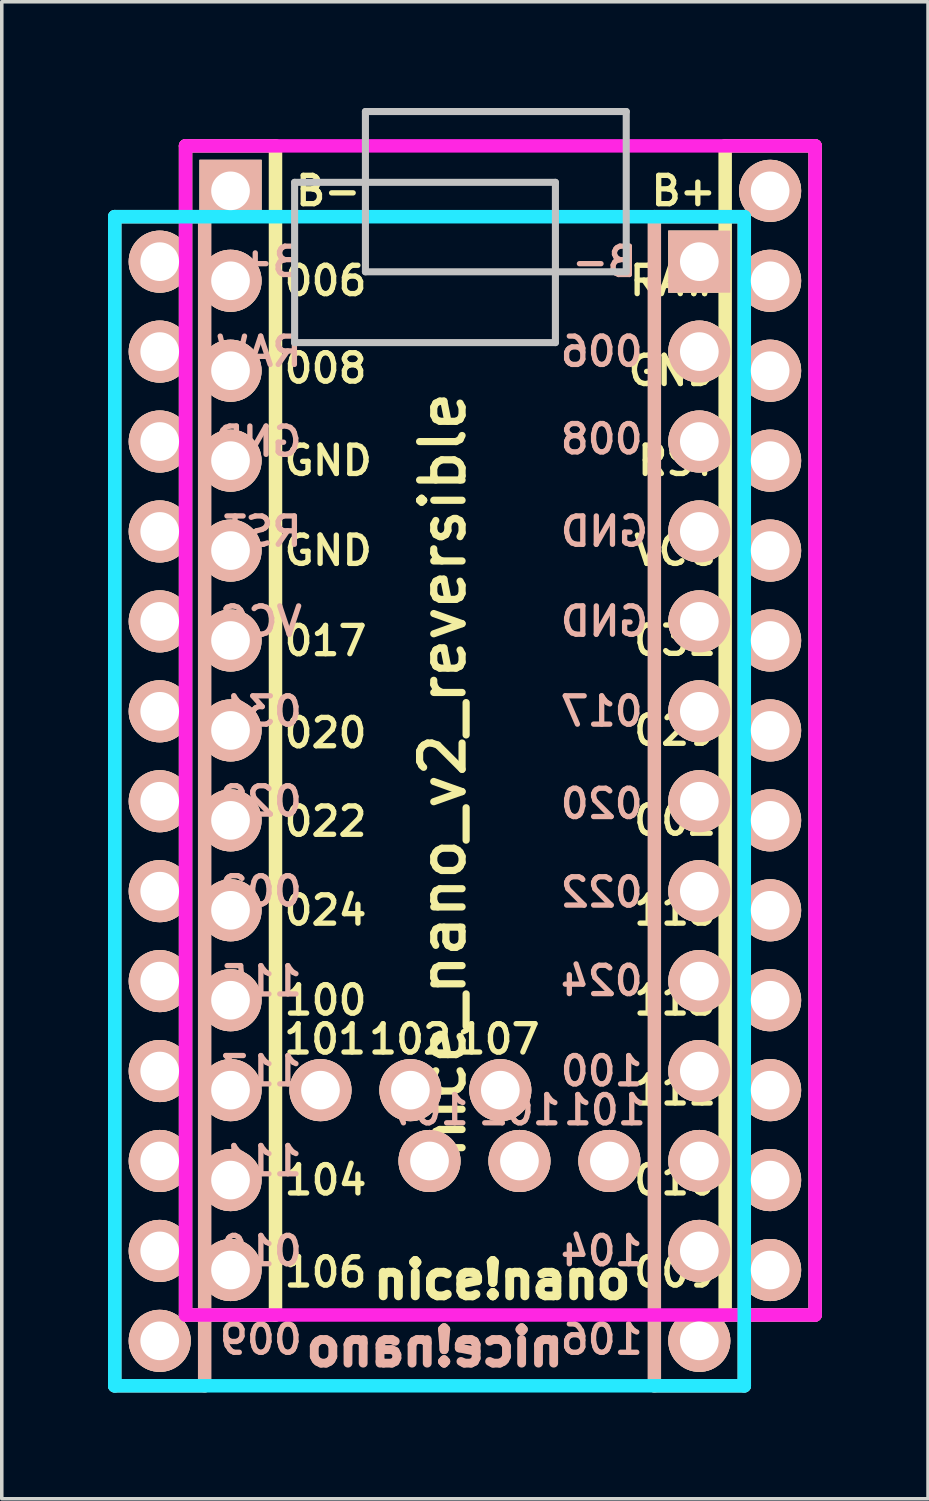
<source format=kicad_pcb>
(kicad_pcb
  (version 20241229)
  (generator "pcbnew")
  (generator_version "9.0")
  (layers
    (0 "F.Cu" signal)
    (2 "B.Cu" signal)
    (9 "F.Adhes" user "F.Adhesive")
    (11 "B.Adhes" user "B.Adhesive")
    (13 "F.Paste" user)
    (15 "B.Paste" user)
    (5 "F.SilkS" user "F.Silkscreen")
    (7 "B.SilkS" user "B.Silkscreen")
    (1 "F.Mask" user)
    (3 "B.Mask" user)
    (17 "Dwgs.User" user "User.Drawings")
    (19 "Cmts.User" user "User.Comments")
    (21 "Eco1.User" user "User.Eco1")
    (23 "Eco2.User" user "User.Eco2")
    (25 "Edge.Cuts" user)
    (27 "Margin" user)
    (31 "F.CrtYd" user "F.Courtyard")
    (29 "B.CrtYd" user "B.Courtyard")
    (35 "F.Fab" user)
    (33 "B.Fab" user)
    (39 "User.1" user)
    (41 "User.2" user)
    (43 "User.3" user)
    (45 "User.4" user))
  (footprint "nice_nano_v2_reversible"
    (layer "F.Cu")
    (at 10.931 19)
    (property "Reference" "nice_nano_v2_reversible" (at -1.475 -0.15 270) (layer "F.SilkS") (effects (font (size 1.2 1.2) (thickness 0.203))))
    (attr through_hole)
    (fp_line (start -8.74 -17.93) (end -8.74 15.09) (stroke (width 0.381) (type solid)) (layer "F.SilkS"))
    (fp_line (start -8.74 15.09) (end -6.2 15.09) (stroke (width 0.381) (type solid)) (layer "F.SilkS"))
    (fp_line (start -6.2 -17.93) (end -8.74 -17.93) (stroke (width 0.381) (type solid)) (layer "F.SilkS"))
    (fp_line (start -6.2 -17.93) (end -6.2 15.09) (stroke (width 0.381) (type solid)) (layer "F.SilkS"))
    (fp_line (start 6.5 15.09) (end 6.5 -17.93) (stroke (width 0.381) (type solid)) (layer "F.SilkS"))
    (fp_line (start 6.5 15.09) (end 9.04 15.09) (stroke (width 0.381) (type solid)) (layer "F.SilkS"))
    (fp_line (start 9.04 -17.93) (end 6.5 -17.93) (stroke (width 0.381) (type solid)) (layer "F.SilkS"))
    (fp_line (start 9.04 15.09) (end 9.04 -17.93) (stroke (width 0.381) (type solid)) (layer "F.SilkS"))
    (fp_line (start -10.74 -15.93) (end -10.74 17.09) (stroke (width 0.381) (type solid)) (layer "B.SilkS"))
    (fp_line (start -10.74 17.09) (end -8.2 17.09) (stroke (width 0.381) (type solid)) (layer "B.SilkS"))
    (fp_line (start -8.2 -15.93) (end -10.74 -15.93) (stroke (width 0.381) (type solid)) (layer "B.SilkS"))
    (fp_line (start -8.2 -15.93) (end -8.2 17.09) (stroke (width 0.381) (type solid)) (layer "B.SilkS"))
    (fp_line (start 4.5 17.09) (end 4.5 -15.93) (stroke (width 0.381) (type solid)) (layer "B.SilkS"))
    (fp_line (start 4.5 17.09) (end 7.04 17.09) (stroke (width 0.381) (type solid)) (layer "B.SilkS"))
    (fp_line (start 7.04 -15.93) (end 4.5 -15.93) (stroke (width 0.381) (type solid)) (layer "B.SilkS"))
    (fp_line (start 7.04 17.09) (end 7.04 -15.93) (stroke (width 0.381) (type solid)) (layer "B.SilkS"))
    (fp_line (start -5.66 -16.9) (end 1.706 -16.9) (stroke (width 0.2) (type solid)) (layer "Dwgs.User"))
    (fp_line (start -5.66 -12.374) (end -5.66 -16.9) (stroke (width 0.2) (type solid)) (layer "Dwgs.User"))
    (fp_line (start -3.66 -18.9) (end 3.706 -18.9) (stroke (width 0.2) (type solid)) (layer "Dwgs.User"))
    (fp_line (start -3.66 -14.374) (end -3.66 -18.9) (stroke (width 0.2) (type solid)) (layer "Dwgs.User"))
    (fp_line (start 1.706 -16.9) (end 1.706 -12.374) (stroke (width 0.2) (type solid)) (layer "Dwgs.User"))
    (fp_line (start 1.706 -12.374) (end -5.66 -12.374) (stroke (width 0.2) (type solid)) (layer "Dwgs.User"))
    (fp_line (start 3.706 -18.9) (end 3.706 -14.374) (stroke (width 0.2) (type solid)) (layer "Dwgs.User"))
    (fp_line (start 3.706 -14.374) (end -3.66 -14.374) (stroke (width 0.2) (type solid)) (layer "Dwgs.User"))
    (fp_line (start -10.74 -15.93) (end -10.74 17.09) (stroke (width 0.381) (type solid)) (layer "B.CrtYd"))
    (fp_line (start -10.74 17.09) (end 7.04 17.09) (stroke (width 0.381) (type solid)) (layer "B.CrtYd"))
    (fp_line (start 7.04 -15.93) (end -10.74 -15.93) (stroke (width 0.381) (type solid)) (layer "B.CrtYd"))
    (fp_line (start 7.04 17.09) (end 7.04 -15.93) (stroke (width 0.381) (type solid)) (layer "B.CrtYd"))
    (fp_line (start -8.74 -17.93) (end -8.74 15.09) (stroke (width 0.381) (type solid)) (layer "F.CrtYd"))
    (fp_line (start -8.74 15.09) (end 9.04 15.09) (stroke (width 0.381) (type solid)) (layer "F.CrtYd"))
    (fp_line (start 9.04 -17.93) (end -8.74 -17.93) (stroke (width 0.381) (type solid)) (layer "F.CrtYd"))
    (fp_line (start 9.04 15.09) (end 9.04 -17.93) (stroke (width 0.381) (type solid)) (layer "F.CrtYd"))
    (fp_text user "115" (at 5.087 3.66 0) (layer "F.SilkS") (effects (font (size 0.8 0.8) (thickness 0.15))))
    (fp_text user "VCC" (at 5.087 -6.5 0) (layer "F.SilkS") (effects (font (size 0.8 0.8) (thickness 0.15))))
    (fp_text user "RAW" (at 5.024 -14.12 0) (layer "F.SilkS") (effects (font (size 0.8 0.8) (thickness 0.15))))
    (fp_text user "017" (at -4.787 -3.95 0) (layer "F.SilkS") (effects (font (size 0.8 0.8) (thickness 0.15))))
    (fp_text user "020" (at -4.787 -1.35 0) (layer "F.SilkS") (effects (font (size 0.8 0.8) (thickness 0.15))))
    (fp_text user "nice!nano" (at 0.2 14.1 0) (layer "F.SilkS") (effects (font (size 1 1) (thickness 0.25))))
    (fp_text user "002" (at 5.087 1.12 0) (layer "F.SilkS") (effects (font (size 0.8 0.8) (thickness 0.15))))
    (fp_text user "GND" (at 5.005 -11.58 0) (layer "F.SilkS") (effects (font (size 0.8 0.8) (thickness 0.15))))
    (fp_text user "100" (at -4.787 6.2 0) (layer "F.SilkS") (effects (font (size 0.8 0.8) (thickness 0.15))))
    (fp_text user "104" (at -4.787 11.28 0) (layer "F.SilkS") (effects (font (size 0.8 0.8) (thickness 0.15))))
    (fp_text user "GND" (at -4.711 -9.04 0) (layer "F.SilkS") (effects (font (size 0.8 0.8) (thickness 0.15))))
    (fp_text user "RST" (at 5.138 -9.04 0) (layer "F.SilkS") (effects (font (size 0.8 0.8) (thickness 0.15))))
    (fp_text user "B+" (at 5.328 -16.66 0) (layer "F.SilkS") (effects (font (size 0.8 0.8) (thickness 0.15))))
    (fp_text user "029" (at 5.087 -1.42 0) (layer "F.SilkS") (effects (font (size 0.8 0.8) (thickness 0.15))))
    (fp_text user "GND" (at -4.711 -6.5 0) (layer "F.SilkS") (effects (font (size 0.8 0.8) (thickness 0.15))))
    (fp_text user "024" (at -4.787 3.66 0) (layer "F.SilkS") (effects (font (size 0.8 0.8) (thickness 0.15))))
    (fp_text user "031" (at 5.087 -3.96 0) (layer "F.SilkS") (effects (font (size 0.8 0.8) (thickness 0.15))))
    (fp_text user "B-" (at -4.711 -16.66 0) (layer "F.SilkS") (effects (font (size 0.8 0.8) (thickness 0.15))))
    (fp_text user "008" (at -4.787 -11.65 0) (layer "F.SilkS") (effects (font (size 0.8 0.8) (thickness 0.15))))
    (fp_text user "006" (at -4.787 -14.12 0) (layer "F.SilkS") (effects (font (size 0.8 0.8) (thickness 0.15))))
    (fp_text user "111" (at 5.087 8.74 0) (layer "F.SilkS") (effects (font (size 0.8 0.8) (thickness 0.15))))
    (fp_text user "102" (at -2.4 7.3 0) (layer "F.SilkS") (effects (font (size 0.8 0.8) (thickness 0.15))))
    (fp_text user "010" (at 5.087 11.28 0) (layer "F.SilkS") (effects (font (size 0.8 0.8) (thickness 0.15))))
    (fp_text user "107" (at 0.1 7.3 0) (layer "F.SilkS") (effects (font (size 0.8 0.8) (thickness 0.15))))
    (fp_text user "101" (at -4.8 7.3 0) (layer "F.SilkS") (effects (font (size 0.8 0.8) (thickness 0.15))))
    (fp_text user "113" (at 5.087 6.2 0) (layer "F.SilkS") (effects (font (size 0.8 0.8) (thickness 0.15))))
    (fp_text user "106" (at -4.787 13.88 0) (layer "F.SilkS") (effects (font (size 0.8 0.8) (thickness 0.15))))
    (fp_text user "022" (at -4.787 1.15 0) (layer "F.SilkS") (effects (font (size 0.8 0.8) (thickness 0.15))))
    (fp_text user "009" (at 5.087 13.88 0) (layer "F.SilkS") (effects (font (size 0.8 0.8) (thickness 0.15))))
    (fp_text user "006" (at 3.013 -12.12 0) (layer "B.SilkS") (effects (font (size 0.8 0.8) (thickness 0.15)) (justify mirror)))
    (fp_text user "RST" (at -6.562 -7.04 0) (layer "B.SilkS") (effects (font (size 0.8 0.8) (thickness 0.15)) (justify mirror)))
    (fp_text user "VCC" (at -6.613 -4.5 0) (layer "B.SilkS") (effects (font (size 0.8 0.8) (thickness 0.15)) (justify mirror)))
    (fp_text user "022" (at 3.013 3.15 0) (layer "B.SilkS") (effects (font (size 0.8 0.8) (thickness 0.15)) (justify mirror)))
    (fp_text user "107" (at -1.9 9.3 0) (layer "B.SilkS") (effects (font (size 0.8 0.8) (thickness 0.15)) (justify mirror)))
    (fp_text user "115" (at -6.613 5.66 0) (layer "B.SilkS") (effects (font (size 0.8 0.8) (thickness 0.15)) (justify mirror)))
    (fp_text user "RAW" (at -6.676 -12.12 0) (layer "B.SilkS") (effects (font (size 0.8 0.8) (thickness 0.15)) (justify mirror)))
    (fp_text user "GND" (at 3.089 -7.04 0) (layer "B.SilkS") (effects (font (size 0.8 0.8) (thickness 0.15)) (justify mirror)))
    (fp_text user "nice!nano" (at -1.7 16 0) (layer "B.SilkS") (effects (font (size 1 1) (thickness 0.25)) (justify mirror)))
    (fp_text user "020" (at 3.013 0.65 0) (layer "B.SilkS") (effects (font (size 0.8 0.8) (thickness 0.15)) (justify mirror)))
    (fp_text user "031" (at -6.613 -1.96 0) (layer "B.SilkS") (effects (font (size 0.8 0.8) (thickness 0.15)) (justify mirror)))
    (fp_text user "B-" (at 3.089 -14.66 0) (layer "B.SilkS") (effects (font (size 0.8 0.8) (thickness 0.15)) (justify mirror)))
    (fp_text user "GND" (at 3.089 -4.5 0) (layer "B.SilkS") (effects (font (size 0.8 0.8) (thickness 0.15)) (justify mirror)))
    (fp_text user "024" (at 3.013 5.65 0) (layer "B.SilkS") (effects (font (size 0.8 0.8) (thickness 0.15)) (justify mirror)))
    (fp_text user "010" (at -6.613 13.28 0) (layer "B.SilkS") (effects (font (size 0.8 0.8) (thickness 0.15)) (justify mirror)))
    (fp_text user "101" (at 3.1 9.3 0) (layer "B.SilkS") (effects (font (size 0.8 0.8) (thickness 0.15)) (justify mirror)))
    (fp_text user "106" (at 3.013 15.78 0) (layer "B.SilkS") (effects (font (size 0.8 0.8) (thickness 0.15)) (justify mirror)))
    (fp_text user "113" (at -6.613 8.2 0) (layer "B.SilkS") (effects (font (size 0.8 0.8) (thickness 0.15)) (justify mirror)))
    (fp_text user "100" (at 3.013 8.2 0) (layer "B.SilkS") (effects (font (size 0.8 0.8) (thickness 0.15)) (justify mirror)))
    (fp_text user "111" (at -6.613 10.74 0) (layer "B.SilkS") (effects (font (size 0.8 0.8) (thickness 0.15)) (justify mirror)))
    (fp_text user "009" (at -6.613 15.78 0) (layer "B.SilkS") (effects (font (size 0.8 0.8) (thickness 0.15)) (justify mirror)))
    (fp_text user "002" (at -6.613 3.12 0) (layer "B.SilkS") (effects (font (size 0.8 0.8) (thickness 0.15)) (justify mirror)))
    (fp_text user "GND" (at -6.695 -9.58 0) (layer "B.SilkS") (effects (font (size 0.8 0.8) (thickness 0.15)) (justify mirror)))
    (fp_text user "102" (at 0.7 9.3 0) (layer "B.SilkS") (effects (font (size 0.8 0.8) (thickness 0.15)) (justify mirror)))
    (fp_text user "029" (at -6.613 0.58 0) (layer "B.SilkS") (effects (font (size 0.8 0.8) (thickness 0.15)) (justify mirror)))
    (fp_text user "008" (at 3.013 -9.65 0) (layer "B.SilkS") (effects (font (size 0.8 0.8) (thickness 0.15)) (justify mirror)))
    (fp_text user "104" (at 3.013 13.28 0) (layer "B.SilkS") (effects (font (size 0.8 0.8) (thickness 0.15)) (justify mirror)))
    (fp_text user "B+" (at -6.372 -14.66 0) (layer "B.SilkS") (effects (font (size 0.8 0.8) (thickness 0.15)) (justify mirror)))
    (fp_text user "017" (at 3.013 -1.96 0) (layer "B.SilkS") (effects (font (size 0.8 0.8) (thickness 0.15)) (justify mirror)))
    (pad "1" thru_hole rect (at -7.47 -16.66 270) (size 1.753 1.753) (drill 1.092) (layers "*.Cu" "*.SilkS" "*.Mask"))
    (pad "1" thru_hole rect (at 5.77 -14.66 270) (size 1.753 1.753) (drill 1.092) (layers "*.Cu" "*.SilkS" "*.Mask"))
    (pad "2" thru_hole circle (at -7.47 -14.12 270) (size 1.753 1.753) (drill 1.092) (layers "*.Cu" "*.SilkS" "*.Mask"))
    (pad "2" thru_hole circle (at 5.77 -12.12 270) (size 1.753 1.753) (drill 1.092) (layers "*.Cu" "*.SilkS" "*.Mask"))
    (pad "3" thru_hole circle (at -7.47 -11.58 270) (size 1.753 1.753) (drill 1.092) (layers "*.Cu" "*.SilkS" "*.Mask"))
    (pad "3" thru_hole circle (at 5.77 -9.58 270) (size 1.753 1.753) (drill 1.092) (layers "*.Cu" "*.SilkS" "*.Mask"))
    (pad "4" thru_hole circle (at -7.47 -9.04 270) (size 1.753 1.753) (drill 1.092) (layers "*.Cu" "*.SilkS" "*.Mask"))
    (pad "4" thru_hole circle (at 5.77 -7.04 270) (size 1.753 1.753) (drill 1.092) (layers "*.Cu" "*.SilkS" "*.Mask"))
    (pad "5" thru_hole circle (at -7.47 -6.5 270) (size 1.753 1.753) (drill 1.092) (layers "*.Cu" "*.SilkS" "*.Mask"))
    (pad "5" thru_hole circle (at 5.77 -4.5 270) (size 1.753 1.753) (drill 1.092) (layers "*.Cu" "*.SilkS" "*.Mask"))
    (pad "6" thru_hole circle (at -7.47 -3.96 270) (size 1.753 1.753) (drill 1.092) (layers "*.Cu" "*.SilkS" "*.Mask"))
    (pad "6" thru_hole circle (at 5.77 -1.96 270) (size 1.753 1.753) (drill 1.092) (layers "*.Cu" "*.SilkS" "*.Mask"))
    (pad "7" thru_hole circle (at -7.47 -1.42 270) (size 1.753 1.753) (drill 1.092) (layers "*.Cu" "*.SilkS" "*.Mask"))
    (pad "7" thru_hole circle (at 5.77 0.58 270) (size 1.753 1.753) (drill 1.092) (layers "*.Cu" "*.SilkS" "*.Mask"))
    (pad "8" thru_hole circle (at -7.47 1.12 270) (size 1.753 1.753) (drill 1.092) (layers "*.Cu" "*.SilkS" "*.Mask"))
    (pad "8" thru_hole circle (at 5.77 3.12 270) (size 1.753 1.753) (drill 1.092) (layers "*.Cu" "*.SilkS" "*.Mask"))
    (pad "9" thru_hole circle (at -7.47 3.66 270) (size 1.753 1.753) (drill 1.092) (layers "*.Cu" "*.SilkS" "*.Mask"))
    (pad "9" thru_hole circle (at 5.77 5.66 270) (size 1.753 1.753) (drill 1.092) (layers "*.Cu" "*.SilkS" "*.Mask"))
    (pad "10" thru_hole circle (at -7.47 6.2 270) (size 1.753 1.753) (drill 1.092) (layers "*.Cu" "*.SilkS" "*.Mask"))
    (pad "10" thru_hole circle (at 5.77 8.2 270) (size 1.753 1.753) (drill 1.092) (layers "*.Cu" "*.SilkS" "*.Mask"))
    (pad "11" thru_hole circle (at -7.47 8.74 270) (size 1.753 1.753) (drill 1.092) (layers "*.Cu" "*.SilkS" "*.Mask"))
    (pad "11" thru_hole circle (at 5.77 10.74 270) (size 1.753 1.753) (drill 1.092) (layers "*.Cu" "*.SilkS" "*.Mask"))
    (pad "12" thru_hole circle (at -7.47 11.28 270) (size 1.753 1.753) (drill 1.092) (layers "*.Cu" "*.SilkS" "*.Mask"))
    (pad "12" thru_hole circle (at 5.77 13.28 270) (size 1.753 1.753) (drill 1.092) (layers "*.Cu" "*.SilkS" "*.Mask"))
    (pad "13" thru_hole circle (at -7.47 13.82 270) (size 1.753 1.753) (drill 1.092) (layers "*.Cu" "*.SilkS" "*.Mask"))
    (pad "13" thru_hole circle (at 5.77 15.82 270) (size 1.753 1.753) (drill 1.092) (layers "*.Cu" "*.SilkS" "*.Mask"))
    (pad "14" thru_hole circle (at -9.47 -14.66 270) (size 1.753 1.753) (drill 1.092) (layers "*.Cu" "*.SilkS" "*.Mask"))
    (pad "14" thru_hole circle (at 7.77 -16.66 270) (size 1.753 1.753) (drill 1.092) (layers "*.Cu" "*.SilkS" "*.Mask"))
    (pad "15" thru_hole circle (at -9.47 -12.12 270) (size 1.753 1.753) (drill 1.092) (layers "*.Cu" "*.SilkS" "*.Mask"))
    (pad "15" thru_hole circle (at 7.77 -14.12 270) (size 1.753 1.753) (drill 1.092) (layers "*.Cu" "*.SilkS" "*.Mask"))
    (pad "16" thru_hole circle (at -9.47 -9.58 270) (size 1.753 1.753) (drill 1.092) (layers "*.Cu" "*.SilkS" "*.Mask"))
    (pad "16" thru_hole circle (at 7.77 -11.58 270) (size 1.753 1.753) (drill 1.092) (layers "*.Cu" "*.SilkS" "*.Mask"))
    (pad "17" thru_hole circle (at -9.47 -7.04 270) (size 1.753 1.753) (drill 1.092) (layers "*.Cu" "*.SilkS" "*.Mask"))
    (pad "17" thru_hole circle (at 7.77 -9.04 270) (size 1.753 1.753) (drill 1.092) (layers "*.Cu" "*.SilkS" "*.Mask"))
    (pad "18" thru_hole circle (at -9.47 -4.5 270) (size 1.753 1.753) (drill 1.092) (layers "*.Cu" "*.SilkS" "*.Mask"))
    (pad "18" thru_hole circle (at 7.77 -6.5 270) (size 1.753 1.753) (drill 1.092) (layers "*.Cu" "*.SilkS" "*.Mask"))
    (pad "19" thru_hole circle (at -9.47 -1.96 270) (size 1.753 1.753) (drill 1.092) (layers "*.Cu" "*.SilkS" "*.Mask"))
    (pad "19" thru_hole circle (at 7.77 -3.96 270) (size 1.753 1.753) (drill 1.092) (layers "*.Cu" "*.SilkS" "*.Mask"))
    (pad "20" thru_hole circle (at -9.47 0.58 270) (size 1.753 1.753) (drill 1.092) (layers "*.Cu" "*.SilkS" "*.Mask"))
    (pad "20" thru_hole circle (at 7.77 -1.42 270) (size 1.753 1.753) (drill 1.092) (layers "*.Cu" "*.SilkS" "*.Mask"))
    (pad "21" thru_hole circle (at -9.47 3.12 270) (size 1.753 1.753) (drill 1.092) (layers "*.Cu" "*.SilkS" "*.Mask"))
    (pad "21" thru_hole circle (at 7.77 1.12 270) (size 1.753 1.753) (drill 1.092) (layers "*.Cu" "*.SilkS" "*.Mask"))
    (pad "22" thru_hole circle (at -9.47 5.66 270) (size 1.753 1.753) (drill 1.092) (layers "*.Cu" "*.SilkS" "*.Mask"))
    (pad "22" thru_hole circle (at 7.77 3.66 270) (size 1.753 1.753) (drill 1.092) (layers "*.Cu" "*.SilkS" "*.Mask"))
    (pad "23" thru_hole circle (at -9.47 8.2 270) (size 1.753 1.753) (drill 1.092) (layers "*.Cu" "*.SilkS" "*.Mask"))
    (pad "23" thru_hole circle (at 7.77 6.2 270) (size 1.753 1.753) (drill 1.092) (layers "*.Cu" "*.SilkS" "*.Mask"))
    (pad "24" thru_hole circle (at -9.47 10.74 270) (size 1.753 1.753) (drill 1.092) (layers "*.Cu" "*.SilkS" "*.Mask"))
    (pad "24" thru_hole circle (at 7.77 8.74 270) (size 1.753 1.753) (drill 1.092) (layers "*.Cu" "*.SilkS" "*.Mask"))
    (pad "25" thru_hole circle (at -9.47 13.28 270) (size 1.753 1.753) (drill 1.092) (layers "*.Cu" "*.SilkS" "*.Mask"))
    (pad "25" thru_hole circle (at 7.77 11.28 270) (size 1.753 1.753) (drill 1.092) (layers "*.Cu" "*.SilkS" "*.Mask"))
    (pad "26" thru_hole circle (at -9.47 15.82 270) (size 1.753 1.753) (drill 1.092) (layers "*.Cu" "*.SilkS" "*.Mask"))
    (pad "26" thru_hole circle (at 7.77 13.82 270) (size 1.753 1.753) (drill 1.092) (layers "*.Cu" "*.SilkS" "*.Mask"))
    (pad "27" thru_hole circle (at -4.93 8.74 270) (size 1.753 1.753) (drill 1.092) (layers "*.Cu" "*.SilkS" "*.Mask"))
    (pad "27" thru_hole circle (at 3.23 10.74 270) (size 1.753 1.753) (drill 1.092) (layers "*.Cu" "*.SilkS" "*.Mask"))
    (pad "28" thru_hole circle (at -2.39 8.74 270) (size 1.753 1.753) (drill 1.092) (layers "*.Cu" "*.SilkS" "*.Mask"))
    (pad "28" thru_hole circle (at 0.69 10.74 270) (size 1.753 1.753) (drill 1.092) (layers "*.Cu" "*.SilkS" "*.Mask"))
    (pad "29" thru_hole circle (at -1.85 10.74 270) (size 1.753 1.753) (drill 1.092) (layers "*.Cu" "*.SilkS" "*.Mask"))
    (pad "29" thru_hole circle (at 0.15 8.74 270) (size 1.753 1.753) (drill 1.092) (layers "*.Cu" "*.SilkS" "*.Mask")))
  (gr_rect
    (start -3 -3)
    (end 23.161 39.281)
    (stroke (width 0.1) (type default))
    (fill no)
    (layer "Edge.Cuts")))
</source>
